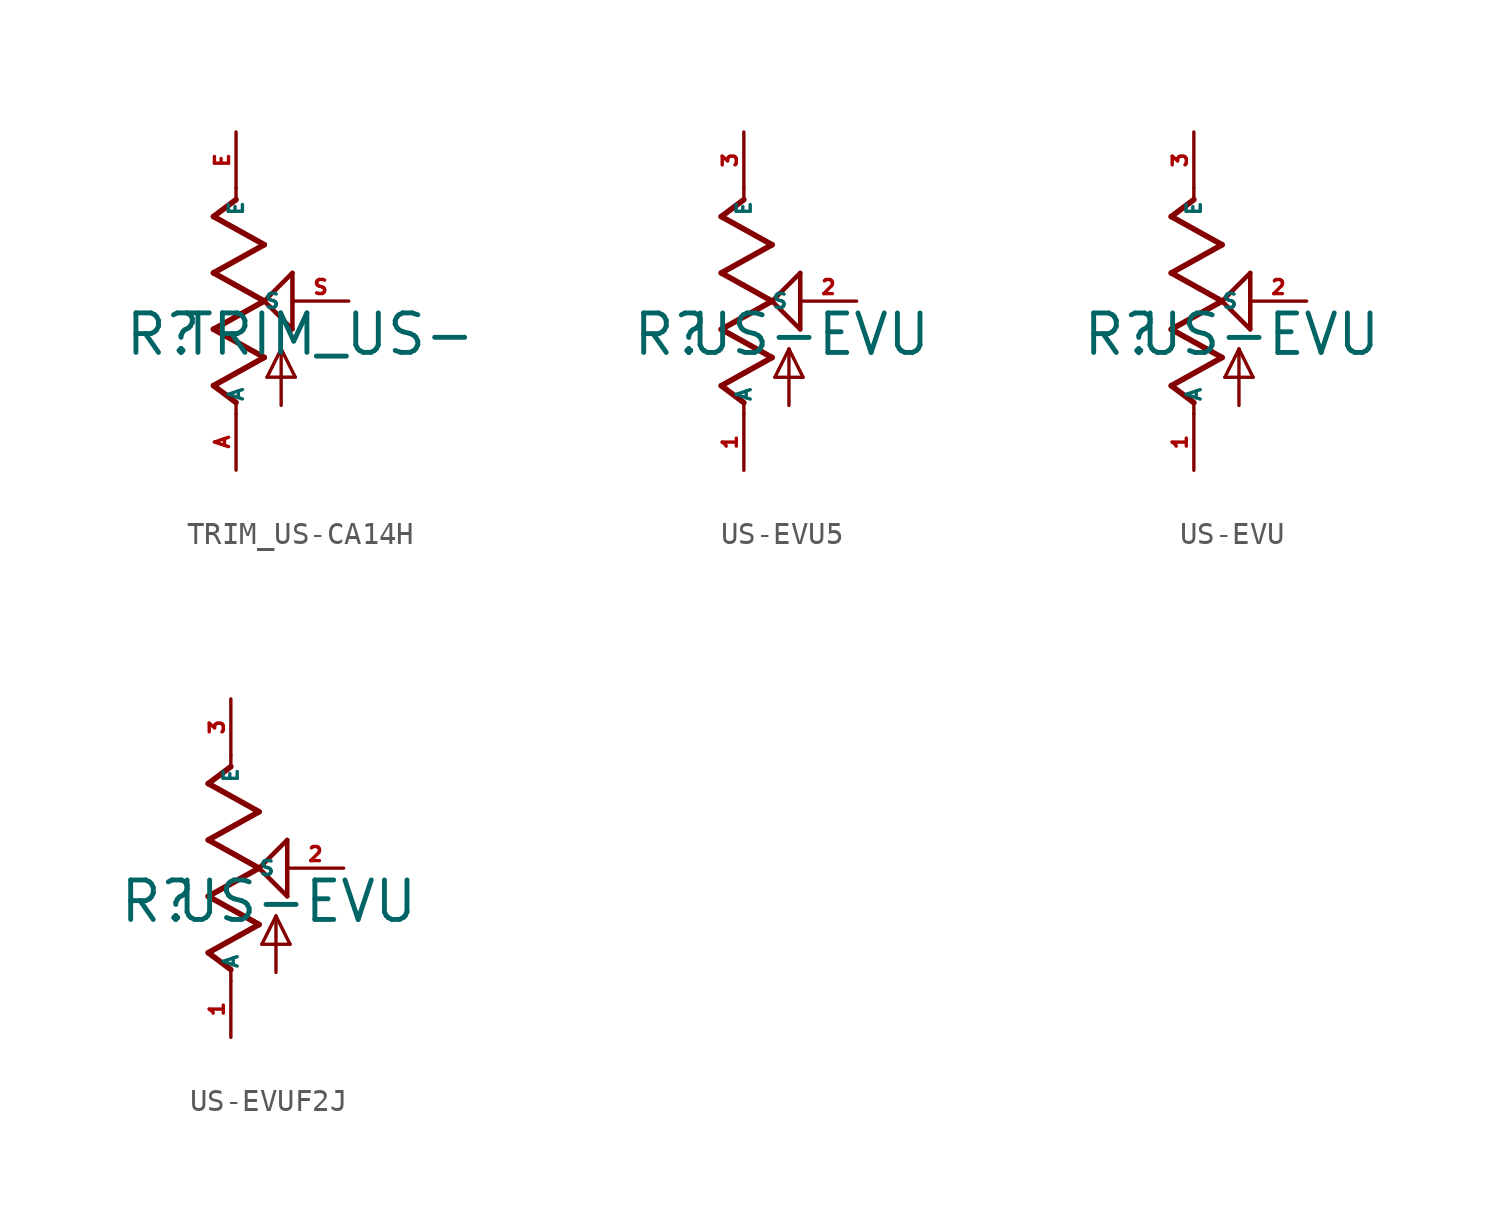
<source format=kicad_sym>
(kicad_symbol_lib
  (version 20220914)
  (generator Eagle2Kicad)
  (symbol "TRIM_US-CA14H"
    (property "Reference" "R"
      (at -5.08 -2.54 0)
      (effects (font (size 1.778 1.778) (thickness 0.22)) (justify left bottom)))
    (property "Value" "TRIM_US-"
      (at -2.54 -2.54 0)
      (effects (font (size 1.778 1.778) (thickness 0.22)) (justify left bottom)))
    (polyline
      (pts (xy 0 -5.08) (xy 0 -4.572))
      (stroke (width 0.152) (type default))
      (fill (type none)))
    (polyline
      (pts (xy 0 -4.572) (xy -1.016 -3.81))
      (stroke (width 0.254) (type default))
      (fill (type none)))
    (polyline
      (pts (xy -1.016 -3.81) (xy 1.27 -2.54))
      (stroke (width 0.254) (type default))
      (fill (type none)))
    (polyline
      (pts (xy 1.27 -2.54) (xy -1.016 -1.27))
      (stroke (width 0.254) (type default))
      (fill (type none)))
    (polyline
      (pts (xy -1.016 -1.27) (xy 1.27 0))
      (stroke (width 0.254) (type default))
      (fill (type none)))
    (polyline
      (pts (xy 1.27 0) (xy -1.016 1.27))
      (stroke (width 0.254) (type default))
      (fill (type none)))
    (polyline
      (pts (xy -1.016 1.27) (xy 1.27 2.54))
      (stroke (width 0.254) (type default))
      (fill (type none)))
    (polyline
      (pts (xy 1.27 2.54) (xy -1.016 3.81))
      (stroke (width 0.254) (type default))
      (fill (type none)))
    (polyline
      (pts (xy -1.016 3.81) (xy 0 4.572))
      (stroke (width 0.254) (type default))
      (fill (type none)))
    (polyline
      (pts (xy 0 4.572) (xy 0 5.08))
      (stroke (width 0.152) (type default))
      (fill (type none)))
    (polyline
      (pts (xy 1.27 0) (xy 2.54 1.27))
      (stroke (width 0.203) (type default))
      (fill (type none)))
    (polyline
      (pts (xy 2.54 -1.27) (xy 1.27 0))
      (stroke (width 0.203) (type default))
      (fill (type none)))
    (polyline
      (pts (xy 2.54 1.27) (xy 2.54 -1.27))
      (stroke (width 0.203) (type default))
      (fill (type none)))
    (polyline
      (pts (xy 2.032 -4.699) (xy 2.032 -2.159))
      (stroke (width 0.152) (type default))
      (fill (type none)))
    (polyline
      (pts (xy 2.032 -2.159) (xy 2.667 -3.429))
      (stroke (width 0.152) (type default))
      (fill (type none)))
    (polyline
      (pts (xy 2.667 -3.429) (xy 1.397 -3.429))
      (stroke (width 0.152) (type default))
      (fill (type none)))
    (polyline
      (pts (xy 1.397 -3.429) (xy 2.032 -2.159))
      (stroke (width 0.152) (type default))
      (fill (type none)))
    (pin passive line
      (at 0 -7.62 90)
      (length 2.54)
      (name "A" (effects (font (size 0.635 0.635) (thickness 0.08)) (justify left bottom)))
      (number "A" (effects (font (size 0.635 0.635) (thickness 0.08)) (justify left bottom))))
    (pin passive line
      (at 0 7.62 270)
      (length 2.54)
      (name "E" (effects (font (size 0.635 0.635) (thickness 0.08)) (justify left bottom)))
      (number "E" (effects (font (size 0.635 0.635) (thickness 0.08)) (justify left bottom))))
    (pin passive line
      (at 5.08 0 180)
      (length 2.54)
      (name "S" (effects (font (size 0.635 0.635) (thickness 0.08)) (justify left bottom)))
      (number "S" (effects (font (size 0.635 0.635) (thickness 0.08)) (justify left bottom)))))
  (symbol "US-EVU5"
    (property "Reference" "R"
      (at -5.08 -2.54 0)
      (effects (font (size 1.778 1.778) (thickness 0.22)) (justify left bottom)))
    (property "Value" "US-EVU"
      (at -2.54 -2.54 0)
      (effects (font (size 1.778 1.778) (thickness 0.22)) (justify left bottom)))
    (polyline
      (pts (xy 0 -5.08) (xy 0 -4.572))
      (stroke (width 0.152) (type default))
      (fill (type none)))
    (polyline
      (pts (xy 0 -4.572) (xy -1.016 -3.81))
      (stroke (width 0.254) (type default))
      (fill (type none)))
    (polyline
      (pts (xy -1.016 -3.81) (xy 1.27 -2.54))
      (stroke (width 0.254) (type default))
      (fill (type none)))
    (polyline
      (pts (xy 1.27 -2.54) (xy -1.016 -1.27))
      (stroke (width 0.254) (type default))
      (fill (type none)))
    (polyline
      (pts (xy -1.016 -1.27) (xy 1.27 0))
      (stroke (width 0.254) (type default))
      (fill (type none)))
    (polyline
      (pts (xy 1.27 0) (xy -1.016 1.27))
      (stroke (width 0.254) (type default))
      (fill (type none)))
    (polyline
      (pts (xy -1.016 1.27) (xy 1.27 2.54))
      (stroke (width 0.254) (type default))
      (fill (type none)))
    (polyline
      (pts (xy 1.27 2.54) (xy -1.016 3.81))
      (stroke (width 0.254) (type default))
      (fill (type none)))
    (polyline
      (pts (xy -1.016 3.81) (xy 0 4.572))
      (stroke (width 0.254) (type default))
      (fill (type none)))
    (polyline
      (pts (xy 0 4.572) (xy 0 5.08))
      (stroke (width 0.152) (type default))
      (fill (type none)))
    (polyline
      (pts (xy 1.27 0) (xy 2.54 1.27))
      (stroke (width 0.203) (type default))
      (fill (type none)))
    (polyline
      (pts (xy 2.54 -1.27) (xy 1.27 0))
      (stroke (width 0.203) (type default))
      (fill (type none)))
    (polyline
      (pts (xy 2.54 1.27) (xy 2.54 -1.27))
      (stroke (width 0.203) (type default))
      (fill (type none)))
    (polyline
      (pts (xy 2.032 -4.699) (xy 2.032 -2.159))
      (stroke (width 0.152) (type default))
      (fill (type none)))
    (polyline
      (pts (xy 2.032 -2.159) (xy 2.667 -3.429))
      (stroke (width 0.152) (type default))
      (fill (type none)))
    (polyline
      (pts (xy 2.667 -3.429) (xy 1.397 -3.429))
      (stroke (width 0.152) (type default))
      (fill (type none)))
    (polyline
      (pts (xy 1.397 -3.429) (xy 2.032 -2.159))
      (stroke (width 0.152) (type default))
      (fill (type none)))
    (pin passive line
      (at 0 -7.62 90)
      (length 2.54)
      (name "A" (effects (font (size 0.635 0.635) (thickness 0.08)) (justify left bottom)))
      (number "1" (effects (font (size 0.635 0.635) (thickness 0.08)) (justify left bottom))))
    (pin passive line
      (at 0 7.62 270)
      (length 2.54)
      (name "E" (effects (font (size 0.635 0.635) (thickness 0.08)) (justify left bottom)))
      (number "3" (effects (font (size 0.635 0.635) (thickness 0.08)) (justify left bottom))))
    (pin passive line
      (at 5.08 0 180)
      (length 2.54)
      (name "S" (effects (font (size 0.635 0.635) (thickness 0.08)) (justify left bottom)))
      (number "2" (effects (font (size 0.635 0.635) (thickness 0.08)) (justify left bottom)))))
  (symbol "US-EVU"
    (property "Reference" "R"
      (at -5.08 -2.54 0)
      (effects (font (size 1.778 1.778) (thickness 0.22)) (justify left bottom)))
    (property "Value" "US-EVU"
      (at -2.54 -2.54 0)
      (effects (font (size 1.778 1.778) (thickness 0.22)) (justify left bottom)))
    (polyline
      (pts (xy 0 -5.08) (xy 0 -4.572))
      (stroke (width 0.152) (type default))
      (fill (type none)))
    (polyline
      (pts (xy 0 -4.572) (xy -1.016 -3.81))
      (stroke (width 0.254) (type default))
      (fill (type none)))
    (polyline
      (pts (xy -1.016 -3.81) (xy 1.27 -2.54))
      (stroke (width 0.254) (type default))
      (fill (type none)))
    (polyline
      (pts (xy 1.27 -2.54) (xy -1.016 -1.27))
      (stroke (width 0.254) (type default))
      (fill (type none)))
    (polyline
      (pts (xy -1.016 -1.27) (xy 1.27 0))
      (stroke (width 0.254) (type default))
      (fill (type none)))
    (polyline
      (pts (xy 1.27 0) (xy -1.016 1.27))
      (stroke (width 0.254) (type default))
      (fill (type none)))
    (polyline
      (pts (xy -1.016 1.27) (xy 1.27 2.54))
      (stroke (width 0.254) (type default))
      (fill (type none)))
    (polyline
      (pts (xy 1.27 2.54) (xy -1.016 3.81))
      (stroke (width 0.254) (type default))
      (fill (type none)))
    (polyline
      (pts (xy -1.016 3.81) (xy 0 4.572))
      (stroke (width 0.254) (type default))
      (fill (type none)))
    (polyline
      (pts (xy 0 4.572) (xy 0 5.08))
      (stroke (width 0.152) (type default))
      (fill (type none)))
    (polyline
      (pts (xy 1.27 0) (xy 2.54 1.27))
      (stroke (width 0.203) (type default))
      (fill (type none)))
    (polyline
      (pts (xy 2.54 -1.27) (xy 1.27 0))
      (stroke (width 0.203) (type default))
      (fill (type none)))
    (polyline
      (pts (xy 2.54 1.27) (xy 2.54 -1.27))
      (stroke (width 0.203) (type default))
      (fill (type none)))
    (polyline
      (pts (xy 2.032 -4.699) (xy 2.032 -2.159))
      (stroke (width 0.152) (type default))
      (fill (type none)))
    (polyline
      (pts (xy 2.032 -2.159) (xy 2.667 -3.429))
      (stroke (width 0.152) (type default))
      (fill (type none)))
    (polyline
      (pts (xy 2.667 -3.429) (xy 1.397 -3.429))
      (stroke (width 0.152) (type default))
      (fill (type none)))
    (polyline
      (pts (xy 1.397 -3.429) (xy 2.032 -2.159))
      (stroke (width 0.152) (type default))
      (fill (type none)))
    (pin passive line
      (at 0 -7.62 90)
      (length 2.54)
      (name "A" (effects (font (size 0.635 0.635) (thickness 0.08)) (justify left bottom)))
      (number "1" (effects (font (size 0.635 0.635) (thickness 0.08)) (justify left bottom))))
    (pin passive line
      (at 0 7.62 270)
      (length 2.54)
      (name "E" (effects (font (size 0.635 0.635) (thickness 0.08)) (justify left bottom)))
      (number "3" (effects (font (size 0.635 0.635) (thickness 0.08)) (justify left bottom))))
    (pin passive line
      (at 5.08 0 180)
      (length 2.54)
      (name "S" (effects (font (size 0.635 0.635) (thickness 0.08)) (justify left bottom)))
      (number "2" (effects (font (size 0.635 0.635) (thickness 0.08)) (justify left bottom)))))
  (symbol "US-EVUF2J"
    (property "Reference" "R"
      (at -5.08 -2.54 0)
      (effects (font (size 1.778 1.778) (thickness 0.22)) (justify left bottom)))
    (property "Value" "US-EVU"
      (at -2.54 -2.54 0)
      (effects (font (size 1.778 1.778) (thickness 0.22)) (justify left bottom)))
    (polyline
      (pts (xy 0 -5.08) (xy 0 -4.572))
      (stroke (width 0.152) (type default))
      (fill (type none)))
    (polyline
      (pts (xy 0 -4.572) (xy -1.016 -3.81))
      (stroke (width 0.254) (type default))
      (fill (type none)))
    (polyline
      (pts (xy -1.016 -3.81) (xy 1.27 -2.54))
      (stroke (width 0.254) (type default))
      (fill (type none)))
    (polyline
      (pts (xy 1.27 -2.54) (xy -1.016 -1.27))
      (stroke (width 0.254) (type default))
      (fill (type none)))
    (polyline
      (pts (xy -1.016 -1.27) (xy 1.27 0))
      (stroke (width 0.254) (type default))
      (fill (type none)))
    (polyline
      (pts (xy 1.27 0) (xy -1.016 1.27))
      (stroke (width 0.254) (type default))
      (fill (type none)))
    (polyline
      (pts (xy -1.016 1.27) (xy 1.27 2.54))
      (stroke (width 0.254) (type default))
      (fill (type none)))
    (polyline
      (pts (xy 1.27 2.54) (xy -1.016 3.81))
      (stroke (width 0.254) (type default))
      (fill (type none)))
    (polyline
      (pts (xy -1.016 3.81) (xy 0 4.572))
      (stroke (width 0.254) (type default))
      (fill (type none)))
    (polyline
      (pts (xy 0 4.572) (xy 0 5.08))
      (stroke (width 0.152) (type default))
      (fill (type none)))
    (polyline
      (pts (xy 1.27 0) (xy 2.54 1.27))
      (stroke (width 0.203) (type default))
      (fill (type none)))
    (polyline
      (pts (xy 2.54 -1.27) (xy 1.27 0))
      (stroke (width 0.203) (type default))
      (fill (type none)))
    (polyline
      (pts (xy 2.54 1.27) (xy 2.54 -1.27))
      (stroke (width 0.203) (type default))
      (fill (type none)))
    (polyline
      (pts (xy 2.032 -4.699) (xy 2.032 -2.159))
      (stroke (width 0.152) (type default))
      (fill (type none)))
    (polyline
      (pts (xy 2.032 -2.159) (xy 2.667 -3.429))
      (stroke (width 0.152) (type default))
      (fill (type none)))
    (polyline
      (pts (xy 2.667 -3.429) (xy 1.397 -3.429))
      (stroke (width 0.152) (type default))
      (fill (type none)))
    (polyline
      (pts (xy 1.397 -3.429) (xy 2.032 -2.159))
      (stroke (width 0.152) (type default))
      (fill (type none)))
    (pin passive line
      (at 0 -7.62 90)
      (length 2.54)
      (name "A" (effects (font (size 0.635 0.635) (thickness 0.08)) (justify left bottom)))
      (number "1" (effects (font (size 0.635 0.635) (thickness 0.08)) (justify left bottom))))
    (pin passive line
      (at 0 7.62 270)
      (length 2.54)
      (name "E" (effects (font (size 0.635 0.635) (thickness 0.08)) (justify left bottom)))
      (number "3" (effects (font (size 0.635 0.635) (thickness 0.08)) (justify left bottom))))
    (pin passive line
      (at 5.08 0 180)
      (length 2.54)
      (name "S" (effects (font (size 0.635 0.635) (thickness 0.08)) (justify left bottom)))
      (number "2" (effects (font (size 0.635 0.635) (thickness 0.08)) (justify left bottom))))))
</source>
